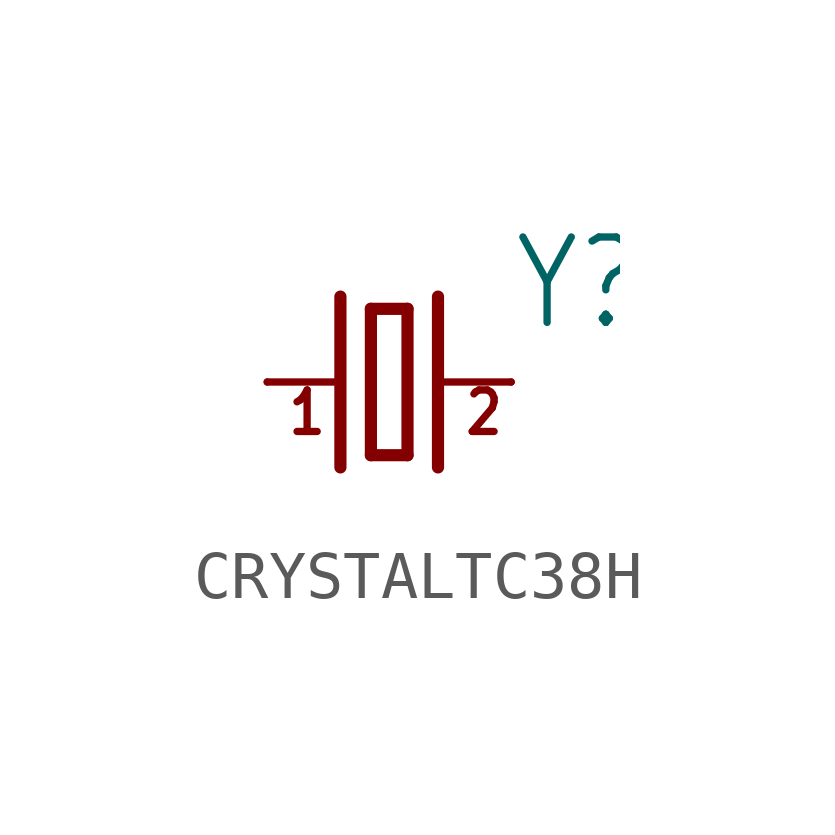
<source format=kicad_sym>
(kicad_symbol_lib
  (version 20241209)
  (generator "kicad_symbol_editor")
  (generator_version "9.0")
  (symbol "CRYSTALTC38H"
    (property "Reference" "Y"
      (at 2.54 1.016 0)
      (effects (font (size 1.778 1.511)) (justify left bottom)))
    (property "Value" ""
      (at 2.54 -2.54 0)
      (effects (font (size 1.778 1.511)) (justify left bottom)))
    (property "ki_locked" ""
      (at 0 0 0)
      (effects (font (size 1.27 1.27))))
    (symbol "CRYSTALTC38H_1_0"
      (polyline (pts (xy -2.54 0) (xy -1.016 0)) (stroke (width 0.152) (type solid)) (fill (type none)))
      (polyline (pts (xy -1.016 1.778) (xy -1.016 -1.778)) (stroke (width 0.254) (type solid)) (fill (type none)))
      (polyline (pts (xy -0.381 1.524) (xy -0.381 -1.524)) (stroke (width 0.254) (type solid)) (fill (type none)))
      (polyline (pts (xy -0.381 -1.524) (xy 0.381 -1.524)) (stroke (width 0.254) (type solid)) (fill (type none)))
      (polyline (pts (xy 0.381 1.524) (xy -0.381 1.524)) (stroke (width 0.254) (type solid)) (fill (type none)))
      (polyline (pts (xy 0.381 -1.524) (xy 0.381 1.524)) (stroke (width 0.254) (type solid)) (fill (type none)))
      (polyline (pts (xy 1.016 1.778) (xy 1.016 -1.778)) (stroke (width 0.254) (type solid)) (fill (type none)))
      (polyline (pts (xy 1.016 0) (xy 2.54 0)) (stroke (width 0.152) (type solid)) (fill (type none)))
      (text "1" (at -2.159 -1.143 0) (effects (font (size 0.864 0.734)) (justify left bottom)))
      (text "2" (at 1.524 -1.143 0) (effects (font (size 0.864 0.734)) (justify left bottom)))
      (pin passive line (at -2.54 0 0) (length 0) (name "1" (effects (font (size 0 0)))) (number "1" (effects (font (size 0 0)))))
      (pin passive line (at 2.54 0 180) (length 0) (name "2" (effects (font (size 0 0)))) (number "2" (effects (font (size 0 0))))))))
</source>
